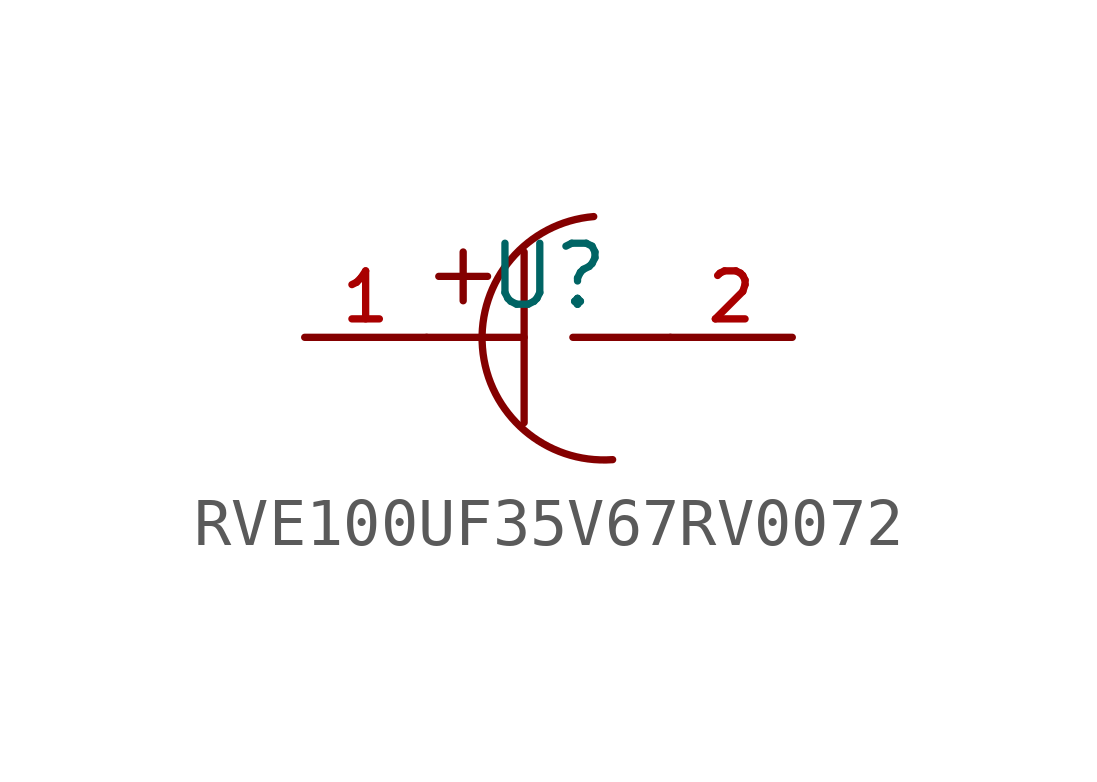
<source format=kicad_sym>
(kicad_symbol_lib
  (version 20210201)
  (generator TousstNicolas/JLC2KiCad_lib)
  (symbol "RVE100UF35V67RV0072"
    (pin_names hide)
    (property "Reference" "U"
      (at 0 1.27 0)
      (effects (font (size 1.27 1.27))))
    (symbol "RVE100UF35V67RV0072_0_1"
      (polyline (pts (xy -0.508 1.778) (xy -0.508 -1.778)) (stroke (width 0) (type default) (color 0 0 0 0)) (fill (type none)))
      (pin input line (at -5.08 -0.0 0) (length 2.54) (name "1" (effects (font (size 1 1)))) (number "1" (effects (font (size 1 1)))))
      (pin input line (at 5.08 -0.0 180) (length 2.54) (name "2" (effects (font (size 1 1)))) (number "2" (effects (font (size 1 1)))))
      (polyline (pts (xy -2.54 -0.0) (xy -0.508 -0.0)) (stroke (width 0) (type default) (color 0 0 0 0)) (fill (type none)))
      (polyline (pts (xy 0.508 -0.0) (xy 2.54 -0.0)) (stroke (width 0) (type default) (color 0 0 0 0)) (fill (type none)))
      (arc (start 1.336076669933015 -2.5488732196922568) (mid -1.393170600892016 -0.2133945408688318) (end 0.942308016927978 2.515852782158215) (stroke (width 0) (type default) (color 0 0 0 0)) (fill (type none)))
      (polyline (pts (xy -2.286 1.27) (xy -1.27 1.27)) (stroke (width 0) (type default) (color 0 0 0 0)) (fill (type none)))
      (polyline (pts (xy -1.778 1.778) (xy -1.778 0.762)) (stroke (width 0) (type default) (color 0 0 0 0)) (fill (type none))))))
</source>
